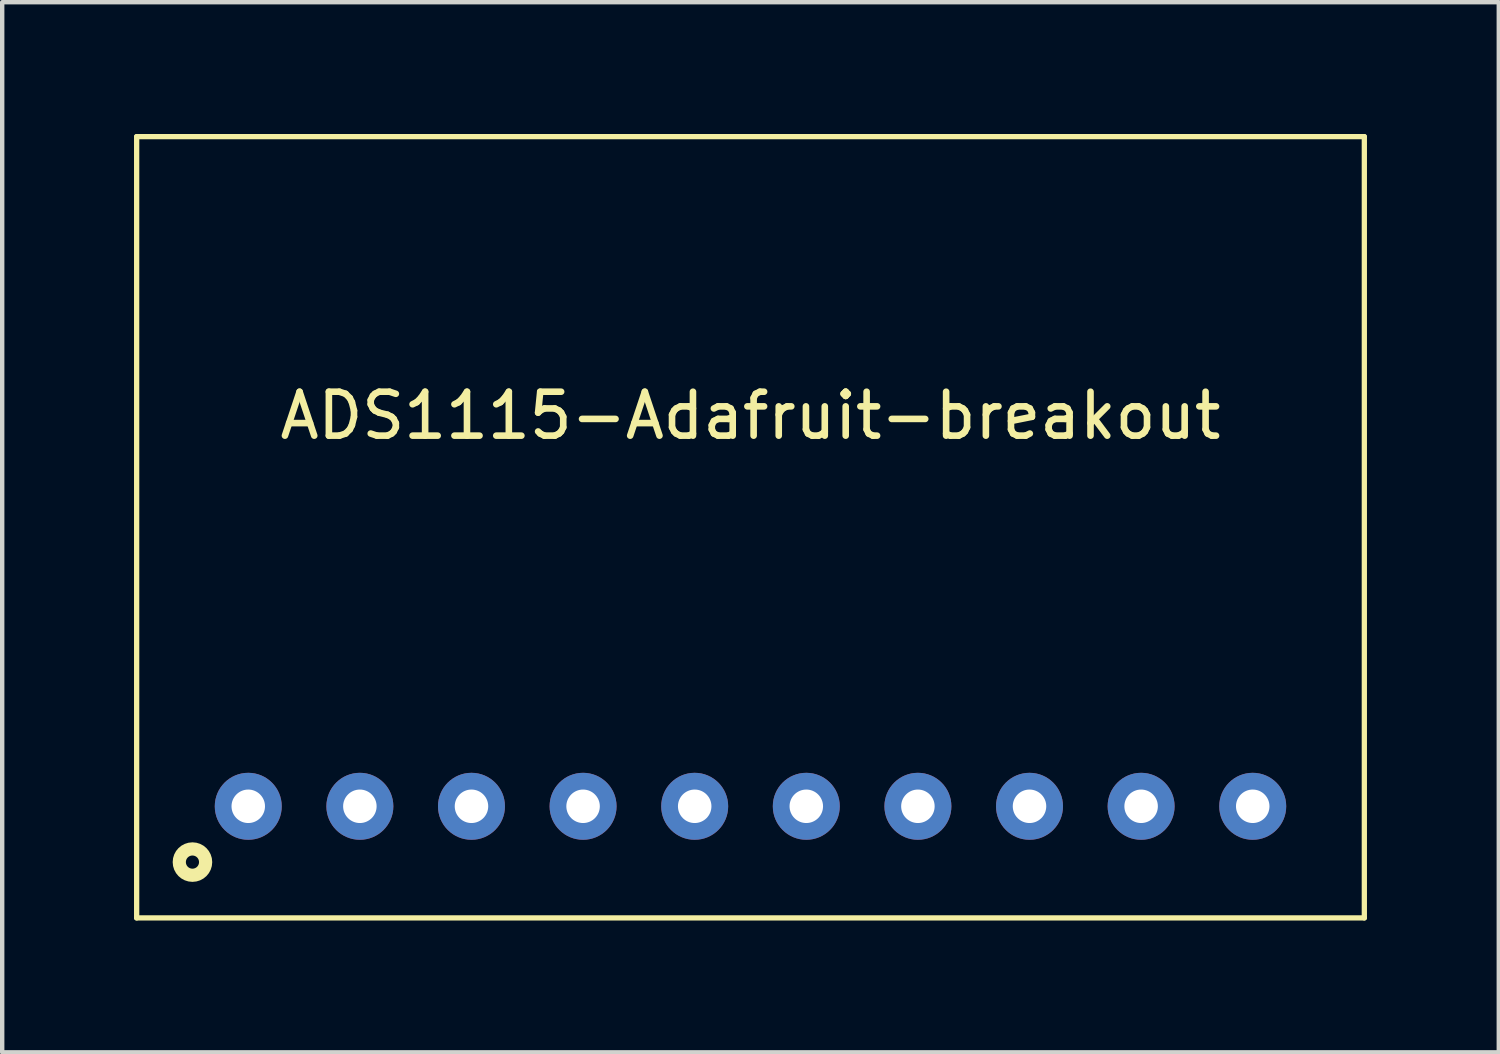
<source format=kicad_pcb>
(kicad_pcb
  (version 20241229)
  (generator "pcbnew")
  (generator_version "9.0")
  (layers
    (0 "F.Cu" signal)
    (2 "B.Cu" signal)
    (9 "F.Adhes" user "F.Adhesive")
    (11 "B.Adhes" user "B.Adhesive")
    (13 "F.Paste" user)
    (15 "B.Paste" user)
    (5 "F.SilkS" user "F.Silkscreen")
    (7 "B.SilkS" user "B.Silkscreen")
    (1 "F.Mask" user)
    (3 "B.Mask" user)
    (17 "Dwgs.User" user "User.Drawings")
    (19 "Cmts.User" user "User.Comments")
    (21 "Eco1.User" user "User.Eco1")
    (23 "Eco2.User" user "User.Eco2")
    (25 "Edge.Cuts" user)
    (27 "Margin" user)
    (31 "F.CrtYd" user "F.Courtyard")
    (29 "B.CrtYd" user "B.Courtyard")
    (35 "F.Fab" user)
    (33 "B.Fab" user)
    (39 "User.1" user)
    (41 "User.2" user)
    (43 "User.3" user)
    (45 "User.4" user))
  (footprint "ADS1115-Adafruit-breakout"
    (layer "F.Cu")
    (at 14.03 15.3)
    (property "Reference" "ADS1115-Adafruit-breakout" (at 0 -8.89 0) (layer "F.SilkS") (effects (font (size 1 1) (thickness 0.15))))
    (attr through_hole)
    (fp_line (start -13.97 -15.24) (end 13.97 -15.24) (stroke (width 0.12) (type solid)) (layer "F.SilkS"))
    (fp_line (start -13.97 2.54) (end -13.97 -15.24) (stroke (width 0.12) (type solid)) (layer "F.SilkS"))
    (fp_line (start 13.97 -15.24) (end 13.97 2.54) (stroke (width 0.12) (type solid)) (layer "F.SilkS"))
    (fp_line (start 13.97 2.54) (end -13.97 2.54) (stroke (width 0.12) (type solid)) (layer "F.SilkS"))
    (fp_circle (center -12.7 1.27) (end -12.4 1.27) (stroke (width 0.3) (type solid)) (fill no) (layer "F.SilkS"))
    (pad "1" thru_hole circle (at -11.43 0) (size 1.524 1.524) (drill 0.762) (layers "*.Cu" "*.Mask"))
    (pad "2" thru_hole circle (at -8.89 0) (size 1.524 1.524) (drill 0.762) (layers "*.Cu" "*.Mask"))
    (pad "3" thru_hole circle (at -6.35 0) (size 1.524 1.524) (drill 0.762) (layers "*.Cu" "*.Mask"))
    (pad "4" thru_hole circle (at -3.81 0) (size 1.524 1.524) (drill 0.762) (layers "*.Cu" "*.Mask"))
    (pad "5" thru_hole circle (at -1.27 0) (size 1.524 1.524) (drill 0.762) (layers "*.Cu" "*.Mask"))
    (pad "6" thru_hole circle (at 1.27 0) (size 1.524 1.524) (drill 0.762) (layers "*.Cu" "*.Mask"))
    (pad "7" thru_hole circle (at 3.81 0) (size 1.524 1.524) (drill 0.762) (layers "*.Cu" "*.Mask"))
    (pad "8" thru_hole circle (at 6.35 0) (size 1.524 1.524) (drill 0.762) (layers "*.Cu" "*.Mask"))
    (pad "9" thru_hole circle (at 8.89 0) (size 1.524 1.524) (drill 0.762) (layers "*.Cu" "*.Mask"))
    (pad "10" thru_hole circle (at 11.43 0) (size 1.524 1.524) (drill 0.762) (layers "*.Cu" "*.Mask")))
  (gr_rect
    (start -3 -3)
    (end 31.06 20.9)
    (stroke (width 0.1) (type default))
    (fill no)
    (layer "Edge.Cuts")))
</source>
